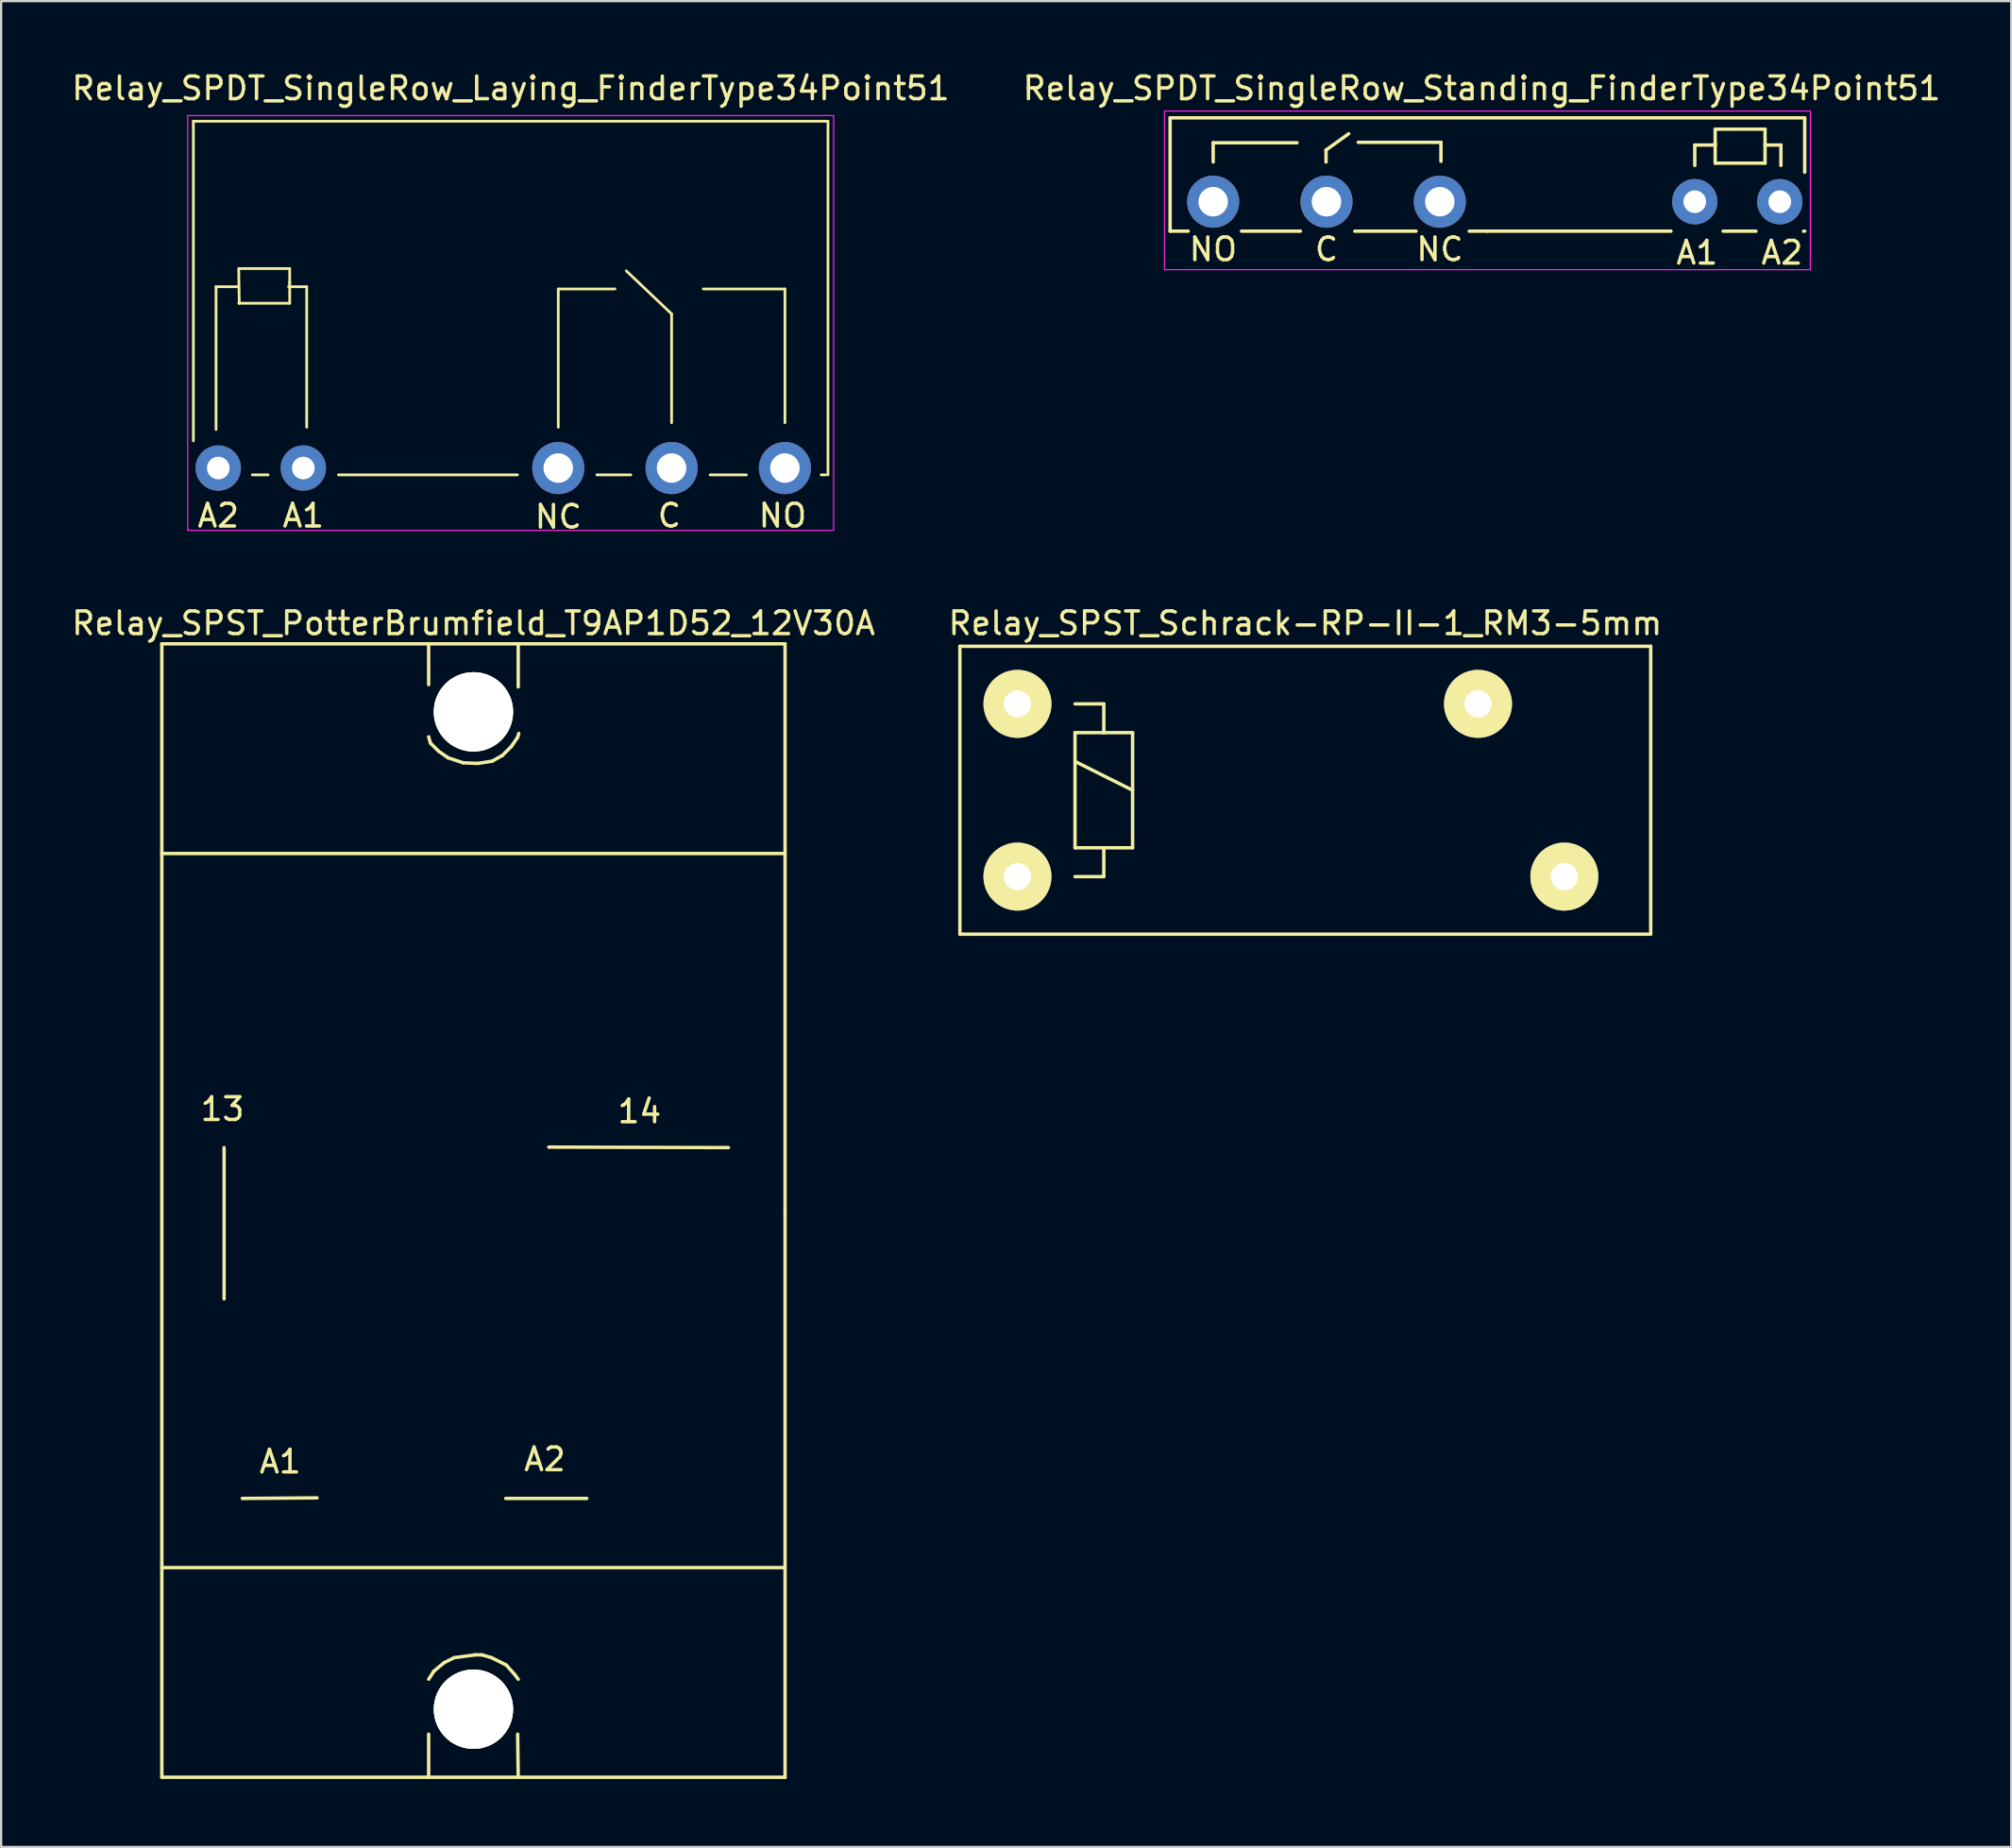
<source format=kicad_pcb>
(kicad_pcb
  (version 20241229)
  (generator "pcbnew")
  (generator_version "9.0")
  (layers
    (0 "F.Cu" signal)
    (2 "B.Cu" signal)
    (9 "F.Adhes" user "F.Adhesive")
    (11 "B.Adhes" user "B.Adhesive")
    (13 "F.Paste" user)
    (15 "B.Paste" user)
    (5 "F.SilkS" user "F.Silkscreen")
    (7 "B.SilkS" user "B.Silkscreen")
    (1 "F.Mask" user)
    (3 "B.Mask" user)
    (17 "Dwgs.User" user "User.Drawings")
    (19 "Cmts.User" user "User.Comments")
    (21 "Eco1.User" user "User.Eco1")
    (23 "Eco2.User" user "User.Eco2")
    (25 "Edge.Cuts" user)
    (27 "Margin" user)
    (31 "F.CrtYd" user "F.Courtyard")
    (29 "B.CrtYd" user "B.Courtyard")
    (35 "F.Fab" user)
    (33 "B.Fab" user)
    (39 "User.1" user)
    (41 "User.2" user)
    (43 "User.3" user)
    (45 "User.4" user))
  (footprint "Relay_SPDT_SingleRow_Laying_FinderType34Point51"
    (layer "F.Cu")
    (at 19.482 17.598)
    (property "Reference" "Relay_SPDT_SingleRow_Laying_FinderType34Point51" (at 0 -16.75 0) (layer "F.SilkS") (effects (font (size 1 1) (thickness 0.15))))
    (attr through_hole)
    (fp_line (start -14 -15.3) (end -14 -1.2) (stroke (width 0.12) (type solid)) (layer "F.SilkS"))
    (fp_line (start -13 -8) (end -13 -1.7) (stroke (width 0.12) (type solid)) (layer "F.SilkS"))
    (fp_line (start -12 -8.8) (end -11.976 -7.27) (stroke (width 0.12) (type solid)) (layer "F.SilkS"))
    (fp_line (start -12 -8) (end -13 -8) (stroke (width 0.12) (type solid)) (layer "F.SilkS"))
    (fp_line (start -12 -7.27) (end -9.75 -7.27) (stroke (width 0.12) (type solid)) (layer "F.SilkS"))
    (fp_line (start -10.7 0.3) (end -11.4 0.3) (stroke (width 0.12) (type solid)) (layer "F.SilkS"))
    (fp_line (start -9.8 -8) (end -9 -8) (stroke (width 0.12) (type solid)) (layer "F.SilkS"))
    (fp_line (start -9.75 -8.8) (end -11.976 -8.8) (stroke (width 0.12) (type solid)) (layer "F.SilkS"))
    (fp_line (start -9.75 -8.15) (end -9.75 -8.8) (stroke (width 0.12) (type solid)) (layer "F.SilkS"))
    (fp_line (start -9.75 -7.27) (end -9.75 -8.2) (stroke (width 0.12) (type solid)) (layer "F.SilkS"))
    (fp_line (start -9 -8) (end -9 -1.8) (stroke (width 0.12) (type solid)) (layer "F.SilkS"))
    (fp_line (start 0.3 0.3) (end -7.6 0.3) (stroke (width 0.12) (type solid)) (layer "F.SilkS"))
    (fp_line (start 2.1 -7.9) (end 2.1 -1.8) (stroke (width 0.12) (type solid)) (layer "F.SilkS"))
    (fp_line (start 4.6 -7.9) (end 2.1 -7.9) (stroke (width 0.12) (type solid)) (layer "F.SilkS"))
    (fp_line (start 5.3 0.3) (end 3.8 0.3) (stroke (width 0.12) (type solid)) (layer "F.SilkS"))
    (fp_line (start 7.1 -6.8) (end 5.1 -8.7) (stroke (width 0.12) (type solid)) (layer "F.SilkS"))
    (fp_line (start 7.1 -2) (end 7.1 -6.8) (stroke (width 0.12) (type solid)) (layer "F.SilkS"))
    (fp_line (start 8.5 -7.9) (end 12.1 -7.9) (stroke (width 0.12) (type solid)) (layer "F.SilkS"))
    (fp_line (start 10.4 0.3) (end 8.8 0.3) (stroke (width 0.12) (type solid)) (layer "F.SilkS"))
    (fp_line (start 12.1 -7.9) (end 12.1 -2) (stroke (width 0.12) (type solid)) (layer "F.SilkS"))
    (fp_line (start 13.9 0.3) (end 13.7 0.3) (stroke (width 0.12) (type solid)) (layer "F.SilkS"))
    (fp_line (start 14 -15.3) (end -14 -15.3) (stroke (width 0.12) (type solid)) (layer "F.SilkS"))
    (fp_line (start 14 -15.3) (end 14 0.3) (stroke (width 0.12) (type solid)) (layer "F.SilkS"))
    (fp_line (start -14.25 2.75) (end -14.25 -15.55) (stroke (width 0.05) (type solid)) (layer "F.CrtYd"))
    (fp_line (start 14.25 -15.55) (end -14.25 -15.55) (stroke (width 0.05) (type solid)) (layer "F.CrtYd"))
    (fp_line (start 14.25 2.75) (end -14.25 2.75) (stroke (width 0.05) (type solid)) (layer "F.CrtYd"))
    (fp_line (start 14.25 2.75) (end 14.25 -15.55) (stroke (width 0.05) (type solid)) (layer "F.CrtYd"))
    (fp_text user "C" (at 7 2.1 0) (layer "F.SilkS") (effects (font (size 1 1) (thickness 0.15))))
    (fp_text user "NC" (at 2.1 2.15 0) (layer "F.SilkS") (effects (font (size 1 1) (thickness 0.15))))
    (fp_text user "NO" (at 12 2.1 0) (layer "F.SilkS") (effects (font (size 1 1) (thickness 0.15))))
    (fp_text user "A2" (at -12.9 2.1 0) (layer "F.SilkS") (effects (font (size 1 1) (thickness 0.15))))
    (fp_text user "A1" (at -9.15 2.1 0) (layer "F.SilkS") (effects (font (size 1 1) (thickness 0.15))))
    (pad "11" thru_hole circle (at 7.1 0) (size 2.3 2.3) (drill 1.3) (layers "*.Cu" "*.Mask"))
    (pad "12" thru_hole circle (at 2.1 0) (size 2.3 2.3) (drill 1.3) (layers "*.Cu" "*.Mask"))
    (pad "14" thru_hole circle (at 12.1 0) (size 2.3 2.3) (drill 1.3) (layers "*.Cu" "*.Mask"))
    (pad "A1" thru_hole circle (at -9.149 0) (size 2 2) (drill 1) (layers "*.Cu" "*.Mask"))
    (pad "A2" thru_hole circle (at -12.901 0) (size 2 2) (drill 1) (layers "*.Cu" "*.Mask")))
  (footprint "Relay_SPST_Schrack-RP-II-1_RM3-5mm"
    (layer "F.Cu")
    (at 41.842 35.621)
    (property "Reference" "Relay_SPST_Schrack-RP-II-1_RM3-5mm" (at 12.7 -11.176 0) (layer "F.SilkS") (effects (font (size 1 1) (thickness 0.15))))
    (attr through_hole)
    (fp_line (start -2.54 -10.16) (end 27.94 -10.16) (stroke (width 0.15) (type solid)) (layer "F.SilkS"))
    (fp_line (start -2.54 2.54) (end -2.54 -10.16) (stroke (width 0.15) (type solid)) (layer "F.SilkS"))
    (fp_line (start 2.54 -7.62) (end 3.81 -7.62) (stroke (width 0.15) (type solid)) (layer "F.SilkS"))
    (fp_line (start 2.54 -6.35) (end 3.81 -6.35) (stroke (width 0.15) (type solid)) (layer "F.SilkS"))
    (fp_line (start 2.54 -5.08) (end 5.08 -3.81) (stroke (width 0.15) (type solid)) (layer "F.SilkS"))
    (fp_line (start 2.54 -1.27) (end 2.54 -6.35) (stroke (width 0.15) (type solid)) (layer "F.SilkS"))
    (fp_line (start 3.81 -7.62) (end 3.81 -6.35) (stroke (width 0.15) (type solid)) (layer "F.SilkS"))
    (fp_line (start 3.81 -6.35) (end 5.08 -6.35) (stroke (width 0.15) (type solid)) (layer "F.SilkS"))
    (fp_line (start 3.81 -1.27) (end 3.81 0) (stroke (width 0.15) (type solid)) (layer "F.SilkS"))
    (fp_line (start 3.81 0) (end 2.54 0) (stroke (width 0.15) (type solid)) (layer "F.SilkS"))
    (fp_line (start 5.08 -6.35) (end 5.08 -1.27) (stroke (width 0.15) (type solid)) (layer "F.SilkS"))
    (fp_line (start 5.08 -1.27) (end 2.54 -1.27) (stroke (width 0.15) (type solid)) (layer "F.SilkS"))
    (fp_line (start 27.94 -10.16) (end 27.94 2.54) (stroke (width 0.15) (type solid)) (layer "F.SilkS"))
    (fp_line (start 27.94 2.54) (end -2.54 2.54) (stroke (width 0.15) (type solid)) (layer "F.SilkS"))
    (pad "13" thru_hole circle (at 20.32 -7.62) (size 3 3) (drill 1.199) (layers "*.Cu" "*.Mask" "F.SilkS"))
    (pad "14" thru_hole circle (at 24.13 0) (size 3 3) (drill 1.199) (layers "*.Cu" "*.Mask" "F.SilkS"))
    (pad "A1" thru_hole circle (at 0 -7.62) (size 3 3) (drill 1.199) (layers "*.Cu" "*.Mask" "F.SilkS"))
    (pad "A2" thru_hole circle (at 0 0) (size 3 3) (drill 1.199) (layers "*.Cu" "*.Mask" "F.SilkS")))
  (footprint "Relay_SPDT_SingleRow_Standing_FinderType34Point51"
    (layer "F.Cu")
    (at 62.327 5.848)
    (property "Reference" "Relay_SPDT_SingleRow_Standing_FinderType34Point51" (at 0 -5 0) (layer "F.SilkS") (effects (font (size 1 1) (thickness 0.15))))
    (attr through_hole)
    (fp_line (start -13.75 -3.7) (end 14.25 -3.7) (stroke (width 0.15) (type solid)) (layer "F.SilkS"))
    (fp_line (start -13.75 1.3) (end -13.75 -3.7) (stroke (width 0.15) (type solid)) (layer "F.SilkS"))
    (fp_line (start -12.95 1.3) (end -13.75 1.3) (stroke (width 0.15) (type solid)) (layer "F.SilkS"))
    (fp_line (start -11.85 -2.6) (end -11.85 -1.75) (stroke (width 0.15) (type solid)) (layer "F.SilkS"))
    (fp_line (start -8.15 -2.6) (end -11.85 -2.6) (stroke (width 0.15) (type solid)) (layer "F.SilkS"))
    (fp_line (start -8 1.3) (end -10.6 1.3) (stroke (width 0.15) (type solid)) (layer "F.SilkS"))
    (fp_line (start -6.87 -2.28) (end -5.87 -3) (stroke (width 0.15) (type solid)) (layer "F.SilkS"))
    (fp_line (start -6.87 -1.75) (end -6.87 -2.28) (stroke (width 0.15) (type solid)) (layer "F.SilkS"))
    (fp_line (start -5.45 -2.62) (end -1.8 -2.62) (stroke (width 0.15) (type solid)) (layer "F.SilkS"))
    (fp_line (start -2.9 1.3) (end -5.6 1.3) (stroke (width 0.15) (type solid)) (layer "F.SilkS"))
    (fp_line (start -1.8 -2.62) (end -1.8 -1.78) (stroke (width 0.15) (type solid)) (layer "F.SilkS"))
    (fp_line (start 0.25 1.3) (end -0.55 1.3) (stroke (width 0.15) (type solid)) (layer "F.SilkS"))
    (fp_line (start 8.35 1.3) (end 0.25 1.3) (stroke (width 0.15) (type solid)) (layer "F.SilkS"))
    (fp_line (start 9.4 -2.5) (end 10.3 -2.5) (stroke (width 0.15) (type solid)) (layer "F.SilkS"))
    (fp_line (start 9.4 -1.6) (end 9.4 -2.5) (stroke (width 0.15) (type solid)) (layer "F.SilkS"))
    (fp_line (start 10.3 -3.2) (end 12.5 -3.2) (stroke (width 0.15) (type solid)) (layer "F.SilkS"))
    (fp_line (start 10.3 -2.5) (end 10.3 -3.2) (stroke (width 0.15) (type solid)) (layer "F.SilkS"))
    (fp_line (start 10.3 -1.7) (end 10.3 -2.6) (stroke (width 0.15) (type solid)) (layer "F.SilkS"))
    (fp_line (start 12.1 1.3) (end 10.65 1.3) (stroke (width 0.15) (type solid)) (layer "F.SilkS"))
    (fp_line (start 12.5 -3.2) (end 12.5 -1.7) (stroke (width 0.15) (type solid)) (layer "F.SilkS"))
    (fp_line (start 12.5 -2.5) (end 13.2 -2.5) (stroke (width 0.15) (type solid)) (layer "F.SilkS"))
    (fp_line (start 12.5 -1.7) (end 10.3 -1.7) (stroke (width 0.15) (type solid)) (layer "F.SilkS"))
    (fp_line (start 13.2 -2.5) (end 13.2 -1.6) (stroke (width 0.15) (type solid)) (layer "F.SilkS"))
    (fp_line (start 14.25 -3.7) (end 14.25 -1.3) (stroke (width 0.15) (type solid)) (layer "F.SilkS"))
    (fp_line (start 14.25 1.3) (end 14.2 1.3) (stroke (width 0.15) (type solid)) (layer "F.SilkS"))
    (fp_line (start -14 -4) (end -14 3) (stroke (width 0.05) (type solid)) (layer "F.CrtYd"))
    (fp_line (start -14 -4) (end 14.5 -4) (stroke (width 0.05) (type solid)) (layer "F.CrtYd"))
    (fp_line (start -14 3) (end 14.5 3) (stroke (width 0.05) (type solid)) (layer "F.CrtYd"))
    (fp_line (start 14.5 -4) (end 14.5 3) (stroke (width 0.05) (type solid)) (layer "F.CrtYd"))
    (fp_text user "NC" (at -1.85 2.1 0) (layer "F.SilkS") (effects (font (size 1 1) (thickness 0.15))))
    (fp_text user "A1" (at 9.5 2.25 0) (layer "F.SilkS") (effects (font (size 1 1) (thickness 0.15))))
    (fp_text user "C" (at -6.85 2.1 0) (layer "F.SilkS") (effects (font (size 1 1) (thickness 0.15))))
    (fp_text user "A2" (at 13.25 2.25 0) (layer "F.SilkS") (effects (font (size 1 1) (thickness 0.15))))
    (fp_text user "NO" (at -11.85 2.1 0) (layer "F.SilkS") (effects (font (size 1 1) (thickness 0.15))))
    (pad "11" thru_hole circle (at -6.85 0 180) (size 2.3 2.3) (drill 1.3) (layers "*.Cu" "*.Mask"))
    (pad "12" thru_hole circle (at -1.85 0 180) (size 2.3 2.3) (drill 1.3) (layers "*.Cu" "*.Mask"))
    (pad "14" thru_hole circle (at -11.85 0 180) (size 2.3 2.3) (drill 1.3) (layers "*.Cu" "*.Mask"))
    (pad "A1" thru_hole circle (at 9.4 0 180) (size 2 2) (drill 1) (layers "*.Cu" "*.Mask"))
    (pad "A2" thru_hole circle (at 13.15 0 180) (size 2 2) (drill 1) (layers "*.Cu" "*.Mask")))
  (footprint "Relay_SPST_PotterBrumfield_T9AP1D52_12V30A"
    (layer "F.Cu")
    (at 17.839 50.353)
    (property "Reference" "Relay_SPST_PotterBrumfield_T9AP1D52_12V30A" (at 0 -25.908 0) (layer "F.SilkS") (effects (font (size 1 1) (thickness 0.15))))
    (attr through_hole)
    (fp_line (start -13.749 -25.001) (end -13.749 25.001) (stroke (width 0.15) (type solid)) (layer "F.SilkS"))
    (fp_line (start -13.749 -15.751) (end 13.749 -15.751) (stroke (width 0.15) (type solid)) (layer "F.SilkS"))
    (fp_line (start -13.749 25.001) (end 13.749 25.001) (stroke (width 0.15) (type solid)) (layer "F.SilkS"))
    (fp_line (start -11.001 -2.776) (end -11.001 3.899) (stroke (width 0.15) (type solid)) (layer "F.SilkS"))
    (fp_line (start -6.901 12.675) (end -10.201 12.7) (stroke (width 0.15) (type solid)) (layer "F.SilkS"))
    (fp_line (start -1.976 -23.2) (end -1.976 -25.001) (stroke (width 0.15) (type solid)) (layer "F.SilkS"))
    (fp_line (start -1.976 -20.899) (end -1.9 -20.625) (stroke (width 0.15) (type solid)) (layer "F.SilkS"))
    (fp_line (start -1.976 23.099) (end -1.976 25.001) (stroke (width 0.15) (type solid)) (layer "F.SilkS"))
    (fp_line (start -1.9 -20.625) (end -1.549 -20.274) (stroke (width 0.15) (type solid)) (layer "F.SilkS"))
    (fp_line (start -1.75 20.325) (end -1.976 20.676) (stroke (width 0.15) (type solid)) (layer "F.SilkS"))
    (fp_line (start -1.549 -20.274) (end -1.125 -19.975) (stroke (width 0.15) (type solid)) (layer "F.SilkS"))
    (fp_line (start -1.3 19.949) (end -1.75 20.325) (stroke (width 0.15) (type solid)) (layer "F.SilkS"))
    (fp_line (start -1.125 -19.975) (end -0.45 -19.751) (stroke (width 0.15) (type solid)) (layer "F.SilkS"))
    (fp_line (start -0.851 19.726) (end -1.3 19.949) (stroke (width 0.15) (type solid)) (layer "F.SilkS"))
    (fp_line (start -0.45 -19.751) (end 0.201 -19.726) (stroke (width 0.15) (type solid)) (layer "F.SilkS"))
    (fp_line (start 0.076 19.601) (end -0.851 19.726) (stroke (width 0.15) (type solid)) (layer "F.SilkS"))
    (fp_line (start 0.201 -19.726) (end 0.826 -19.825) (stroke (width 0.15) (type solid)) (layer "F.SilkS"))
    (fp_line (start 0.376 19.601) (end 0.076 19.601) (stroke (width 0.15) (type solid)) (layer "F.SilkS"))
    (fp_line (start 0.8 19.726) (end 0.376 19.601) (stroke (width 0.15) (type solid)) (layer "F.SilkS"))
    (fp_line (start 0.826 -19.825) (end 1.275 -20.076) (stroke (width 0.15) (type solid)) (layer "F.SilkS"))
    (fp_line (start 1.275 -20.076) (end 1.674 -20.475) (stroke (width 0.15) (type solid)) (layer "F.SilkS"))
    (fp_line (start 1.425 12.7) (end 5.001 12.7) (stroke (width 0.15) (type solid)) (layer "F.SilkS"))
    (fp_line (start 1.45 20.051) (end 0.8 19.726) (stroke (width 0.15) (type solid)) (layer "F.SilkS"))
    (fp_line (start 1.674 -20.475) (end 1.951 -20.876) (stroke (width 0.15) (type solid)) (layer "F.SilkS"))
    (fp_line (start 1.826 20.475) (end 1.45 20.051) (stroke (width 0.15) (type solid)) (layer "F.SilkS"))
    (fp_line (start 1.951 -20.876) (end 1.999 -21.049) (stroke (width 0.15) (type solid)) (layer "F.SilkS"))
    (fp_line (start 1.951 23.099) (end 1.976 24.976) (stroke (width 0.15) (type solid)) (layer "F.SilkS"))
    (fp_line (start 1.976 -23.099) (end 1.976 -25.001) (stroke (width 0.15) (type solid)) (layer "F.SilkS"))
    (fp_line (start 1.976 20.676) (end 1.826 20.475) (stroke (width 0.15) (type solid)) (layer "F.SilkS"))
    (fp_line (start 3.35 -2.799) (end 3.325 -2.799) (stroke (width 0.15) (type solid)) (layer "F.SilkS"))
    (fp_line (start 11.25 -2.776) (end 3.35 -2.799) (stroke (width 0.15) (type solid)) (layer "F.SilkS"))
    (fp_line (start 13.749 -25.001) (end -13.749 -25.001) (stroke (width 0.15) (type solid)) (layer "F.SilkS"))
    (fp_line (start 13.749 0) (end 13.749 -25.001) (stroke (width 0.15) (type solid)) (layer "F.SilkS"))
    (fp_line (start 13.749 15.751) (end -13.749 15.751) (stroke (width 0.15) (type solid)) (layer "F.SilkS"))
    (fp_line (start 13.749 25.001) (end 13.749 0) (stroke (width 0.15) (type solid)) (layer "F.SilkS"))
    (fp_text user "A1" (at -8.524 11.074 0) (layer "F.SilkS") (effects (font (size 1 1) (thickness 0.15))))
    (fp_text user "A2" (at 3.15 10.975 0) (layer "F.SilkS") (effects (font (size 1 1) (thickness 0.15))))
    (fp_text user "13" (at -11.074 -4.475 0) (layer "F.SilkS") (effects (font (size 1 1) (thickness 0.15))))
    (fp_text user "14" (at 7.325 -4.374 0) (layer "F.SilkS") (effects (font (size 1 1) (thickness 0.15))))
    (pad "1" thru_hole circle (at 0 -21.999) (size 3.5 3.5) (drill 3.5) (layers "*.Cu" "*.Mask" "F.SilkS"))
    (pad "2" thru_hole circle (at 0 21.999) (size 3.5 3.5) (drill 3.5) (layers "*.Cu" "*.Mask" "F.SilkS")))
  (gr_rect
    (start -3 -3)
    (end 85.69 78.429)
    (stroke (width 0.1) (type default))
    (fill no)
    (layer "Edge.Cuts")))
</source>
